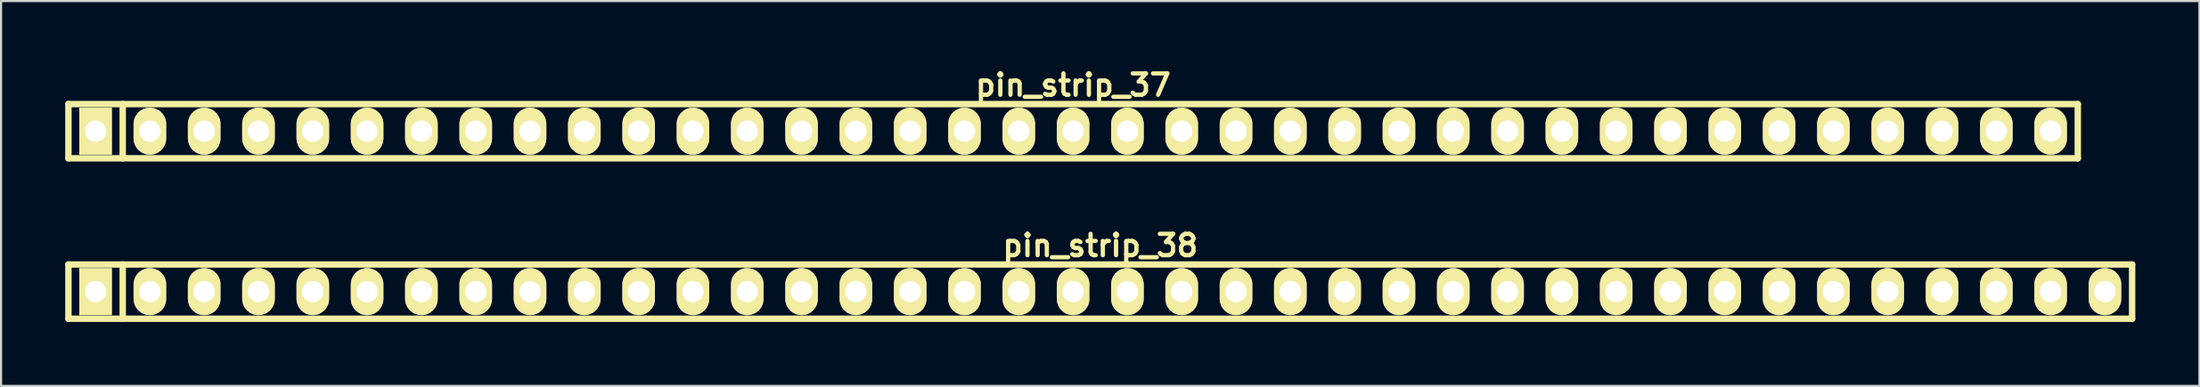
<source format=kicad_pcb>
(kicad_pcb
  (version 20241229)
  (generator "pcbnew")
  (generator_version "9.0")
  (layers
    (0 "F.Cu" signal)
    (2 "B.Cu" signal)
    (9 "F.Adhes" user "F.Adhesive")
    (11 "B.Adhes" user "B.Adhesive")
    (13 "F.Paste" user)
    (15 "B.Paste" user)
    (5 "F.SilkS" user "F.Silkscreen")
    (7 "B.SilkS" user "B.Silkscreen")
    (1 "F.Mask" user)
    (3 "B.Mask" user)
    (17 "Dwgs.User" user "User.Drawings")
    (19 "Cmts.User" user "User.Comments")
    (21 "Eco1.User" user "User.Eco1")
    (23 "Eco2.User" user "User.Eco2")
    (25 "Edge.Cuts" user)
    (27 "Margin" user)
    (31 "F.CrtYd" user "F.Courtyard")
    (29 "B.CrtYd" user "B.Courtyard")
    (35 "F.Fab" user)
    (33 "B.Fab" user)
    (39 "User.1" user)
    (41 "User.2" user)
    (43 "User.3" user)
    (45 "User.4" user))
  (footprint "pin_strip_38"
    (layer "F.Cu")
    (at 48.41 10.61)
    (property "Reference" "pin_strip_38" (at 0 -2.159 0) (layer "F.SilkS") (effects (font (size 1 1) (thickness 0.2))))
    (attr through_hole)
    (fp_line (start -48.26 -1.27) (end 48.26 -1.27) (stroke (width 0.3) (type solid)) (layer "F.SilkS"))
    (fp_line (start -48.26 1.27) (end -48.26 -1.27) (stroke (width 0.3) (type solid)) (layer "F.SilkS"))
    (fp_line (start -45.72 -1.27) (end -45.72 1.27) (stroke (width 0.3) (type solid)) (layer "F.SilkS"))
    (fp_line (start 48.26 -1.27) (end 48.26 1.27) (stroke (width 0.3) (type solid)) (layer "F.SilkS"))
    (fp_line (start 48.26 1.27) (end -48.26 1.27) (stroke (width 0.3) (type solid)) (layer "F.SilkS"))
    (pad "1" thru_hole rect (at -46.99 0) (size 1.524 2.2) (drill 1.001) (layers "*.Cu" "*.Mask" "F.SilkS"))
    (pad "2" thru_hole oval (at -44.45 0) (size 1.524 2.2) (drill 1.001) (layers "*.Cu" "*.Mask" "F.SilkS"))
    (pad "3" thru_hole oval (at -41.91 0) (size 1.524 2.2) (drill 1.001) (layers "*.Cu" "*.Mask" "F.SilkS"))
    (pad "4" thru_hole oval (at -39.37 0) (size 1.524 2.2) (drill 1.001) (layers "*.Cu" "*.Mask" "F.SilkS"))
    (pad "5" thru_hole oval (at -36.83 0) (size 1.524 2.2) (drill 1.001) (layers "*.Cu" "*.Mask" "F.SilkS"))
    (pad "6" thru_hole oval (at -34.29 0) (size 1.524 2.2) (drill 1.001) (layers "*.Cu" "*.Mask" "F.SilkS"))
    (pad "7" thru_hole oval (at -31.75 0) (size 1.524 2.2) (drill 1.001) (layers "*.Cu" "*.Mask" "F.SilkS"))
    (pad "8" thru_hole oval (at -29.21 0) (size 1.524 2.2) (drill 1.001) (layers "*.Cu" "*.Mask" "F.SilkS"))
    (pad "9" thru_hole oval (at -26.67 0) (size 1.524 2.2) (drill 1.001) (layers "*.Cu" "*.Mask" "F.SilkS"))
    (pad "10" thru_hole oval (at -24.13 0) (size 1.524 2.2) (drill 1.001) (layers "*.Cu" "*.Mask" "F.SilkS"))
    (pad "11" thru_hole oval (at -21.59 0) (size 1.524 2.2) (drill 1.001) (layers "*.Cu" "*.Mask" "F.SilkS"))
    (pad "12" thru_hole oval (at -19.05 0) (size 1.524 2.2) (drill 1.001) (layers "*.Cu" "*.Mask" "F.SilkS"))
    (pad "13" thru_hole oval (at -16.51 0) (size 1.524 2.2) (drill 1.001) (layers "*.Cu" "*.Mask" "F.SilkS"))
    (pad "14" thru_hole oval (at -13.97 0) (size 1.524 2.2) (drill 1.001) (layers "*.Cu" "*.Mask" "F.SilkS"))
    (pad "15" thru_hole oval (at -11.43 0) (size 1.524 2.2) (drill 1.001) (layers "*.Cu" "*.Mask" "F.SilkS"))
    (pad "16" thru_hole oval (at -8.89 0) (size 1.524 2.2) (drill 1.001) (layers "*.Cu" "*.Mask" "F.SilkS"))
    (pad "17" thru_hole oval (at -6.35 0) (size 1.524 2.2) (drill 1.001) (layers "*.Cu" "*.Mask" "F.SilkS"))
    (pad "18" thru_hole oval (at -3.81 0) (size 1.524 2.2) (drill 1.001) (layers "*.Cu" "*.Mask" "F.SilkS"))
    (pad "19" thru_hole oval (at -1.27 0) (size 1.524 2.2) (drill 1.001) (layers "*.Cu" "*.Mask" "F.SilkS"))
    (pad "20" thru_hole oval (at 1.27 0) (size 1.524 2.2) (drill 1.001) (layers "*.Cu" "*.Mask" "F.SilkS"))
    (pad "21" thru_hole oval (at 3.81 0) (size 1.524 2.2) (drill 1.001) (layers "*.Cu" "*.Mask" "F.SilkS"))
    (pad "22" thru_hole oval (at 6.35 0) (size 1.524 2.2) (drill 1.001) (layers "*.Cu" "*.Mask" "F.SilkS"))
    (pad "23" thru_hole oval (at 8.89 0) (size 1.524 2.2) (drill 1.001) (layers "*.Cu" "*.Mask" "F.SilkS"))
    (pad "24" thru_hole oval (at 11.43 0) (size 1.524 2.2) (drill 1.001) (layers "*.Cu" "*.Mask" "F.SilkS"))
    (pad "25" thru_hole oval (at 13.97 0) (size 1.524 2.2) (drill 1.001) (layers "*.Cu" "*.Mask" "F.SilkS"))
    (pad "26" thru_hole oval (at 16.51 0) (size 1.524 2.2) (drill 1.001) (layers "*.Cu" "*.Mask" "F.SilkS"))
    (pad "27" thru_hole oval (at 19.05 0) (size 1.524 2.2) (drill 1.001) (layers "*.Cu" "*.Mask" "F.SilkS"))
    (pad "28" thru_hole oval (at 21.59 0) (size 1.524 2.2) (drill 1.001) (layers "*.Cu" "*.Mask" "F.SilkS"))
    (pad "29" thru_hole oval (at 24.13 0) (size 1.524 2.2) (drill 1.001) (layers "*.Cu" "*.Mask" "F.SilkS"))
    (pad "30" thru_hole oval (at 26.67 0) (size 1.524 2.2) (drill 1.001) (layers "*.Cu" "*.Mask" "F.SilkS"))
    (pad "31" thru_hole oval (at 29.21 0) (size 1.524 2.2) (drill 1.001) (layers "*.Cu" "*.Mask" "F.SilkS"))
    (pad "32" thru_hole oval (at 31.75 0) (size 1.524 2.2) (drill 1.001) (layers "*.Cu" "*.Mask" "F.SilkS"))
    (pad "33" thru_hole oval (at 34.29 0) (size 1.524 2.2) (drill 1.001) (layers "*.Cu" "*.Mask" "F.SilkS"))
    (pad "34" thru_hole oval (at 36.83 0) (size 1.524 2.2) (drill 1.001) (layers "*.Cu" "*.Mask" "F.SilkS"))
    (pad "35" thru_hole oval (at 39.37 0) (size 1.524 2.2) (drill 1.001) (layers "*.Cu" "*.Mask" "F.SilkS"))
    (pad "36" thru_hole oval (at 41.91 0) (size 1.524 2.2) (drill 1.001) (layers "*.Cu" "*.Mask" "F.SilkS"))
    (pad "37" thru_hole oval (at 44.45 0) (size 1.524 2.2) (drill 1.001) (layers "*.Cu" "*.Mask" "F.SilkS"))
    (pad "38" thru_hole oval (at 46.99 0) (size 1.524 2.2) (drill 1.001) (layers "*.Cu" "*.Mask" "F.SilkS")))
  (footprint "pin_strip_37"
    (layer "F.Cu")
    (at 47.14 3.095)
    (property "Reference" "pin_strip_37" (at 0 -2.159 0) (layer "F.SilkS") (effects (font (size 1 1) (thickness 0.2))))
    (attr through_hole)
    (fp_line (start -46.99 -1.27) (end 46.99 -1.27) (stroke (width 0.3) (type solid)) (layer "F.SilkS"))
    (fp_line (start -46.99 1.27) (end -46.99 -1.27) (stroke (width 0.3) (type solid)) (layer "F.SilkS"))
    (fp_line (start -44.45 -1.27) (end -44.45 1.27) (stroke (width 0.3) (type solid)) (layer "F.SilkS"))
    (fp_line (start 46.99 -1.27) (end 46.99 1.27) (stroke (width 0.3) (type solid)) (layer "F.SilkS"))
    (fp_line (start 46.99 1.27) (end -46.99 1.27) (stroke (width 0.3) (type solid)) (layer "F.SilkS"))
    (pad "1" thru_hole rect (at -45.72 0) (size 1.524 2.2) (drill 1.001) (layers "*.Cu" "*.Mask" "F.SilkS"))
    (pad "2" thru_hole oval (at -43.18 0) (size 1.524 2.2) (drill 1.001) (layers "*.Cu" "*.Mask" "F.SilkS"))
    (pad "3" thru_hole oval (at -40.64 0) (size 1.524 2.2) (drill 1.001) (layers "*.Cu" "*.Mask" "F.SilkS"))
    (pad "4" thru_hole oval (at -38.1 0) (size 1.524 2.2) (drill 1.001) (layers "*.Cu" "*.Mask" "F.SilkS"))
    (pad "5" thru_hole oval (at -35.56 0) (size 1.524 2.2) (drill 1.001) (layers "*.Cu" "*.Mask" "F.SilkS"))
    (pad "6" thru_hole oval (at -33.02 0) (size 1.524 2.2) (drill 1.001) (layers "*.Cu" "*.Mask" "F.SilkS"))
    (pad "7" thru_hole oval (at -30.48 0) (size 1.524 2.2) (drill 1.001) (layers "*.Cu" "*.Mask" "F.SilkS"))
    (pad "8" thru_hole oval (at -27.94 0) (size 1.524 2.2) (drill 1.001) (layers "*.Cu" "*.Mask" "F.SilkS"))
    (pad "9" thru_hole oval (at -25.4 0) (size 1.524 2.2) (drill 1.001) (layers "*.Cu" "*.Mask" "F.SilkS"))
    (pad "10" thru_hole oval (at -22.86 0) (size 1.524 2.2) (drill 1.001) (layers "*.Cu" "*.Mask" "F.SilkS"))
    (pad "11" thru_hole oval (at -20.32 0) (size 1.524 2.2) (drill 1.001) (layers "*.Cu" "*.Mask" "F.SilkS"))
    (pad "12" thru_hole oval (at -17.78 0) (size 1.524 2.2) (drill 1.001) (layers "*.Cu" "*.Mask" "F.SilkS"))
    (pad "13" thru_hole oval (at -15.24 0) (size 1.524 2.2) (drill 1.001) (layers "*.Cu" "*.Mask" "F.SilkS"))
    (pad "14" thru_hole oval (at -12.7 0) (size 1.524 2.2) (drill 1.001) (layers "*.Cu" "*.Mask" "F.SilkS"))
    (pad "15" thru_hole oval (at -10.16 0) (size 1.524 2.2) (drill 1.001) (layers "*.Cu" "*.Mask" "F.SilkS"))
    (pad "16" thru_hole oval (at -7.62 0) (size 1.524 2.2) (drill 1.001) (layers "*.Cu" "*.Mask" "F.SilkS"))
    (pad "17" thru_hole oval (at -5.08 0) (size 1.524 2.2) (drill 1.001) (layers "*.Cu" "*.Mask" "F.SilkS"))
    (pad "18" thru_hole oval (at -2.54 0) (size 1.524 2.2) (drill 1.001) (layers "*.Cu" "*.Mask" "F.SilkS"))
    (pad "19" thru_hole oval (at 0 0) (size 1.524 2.2) (drill 1.001) (layers "*.Cu" "*.Mask" "F.SilkS"))
    (pad "20" thru_hole oval (at 2.54 0) (size 1.524 2.2) (drill 1.001) (layers "*.Cu" "*.Mask" "F.SilkS"))
    (pad "21" thru_hole oval (at 5.08 0) (size 1.524 2.2) (drill 1.001) (layers "*.Cu" "*.Mask" "F.SilkS"))
    (pad "22" thru_hole oval (at 7.62 0) (size 1.524 2.2) (drill 1.001) (layers "*.Cu" "*.Mask" "F.SilkS"))
    (pad "23" thru_hole oval (at 10.16 0) (size 1.524 2.2) (drill 1.001) (layers "*.Cu" "*.Mask" "F.SilkS"))
    (pad "24" thru_hole oval (at 12.7 0) (size 1.524 2.2) (drill 1.001) (layers "*.Cu" "*.Mask" "F.SilkS"))
    (pad "25" thru_hole oval (at 15.24 0) (size 1.524 2.2) (drill 1.001) (layers "*.Cu" "*.Mask" "F.SilkS"))
    (pad "26" thru_hole oval (at 17.78 0) (size 1.524 2.2) (drill 1.001) (layers "*.Cu" "*.Mask" "F.SilkS"))
    (pad "27" thru_hole oval (at 20.32 0) (size 1.524 2.2) (drill 1.001) (layers "*.Cu" "*.Mask" "F.SilkS"))
    (pad "28" thru_hole oval (at 22.86 0) (size 1.524 2.2) (drill 1.001) (layers "*.Cu" "*.Mask" "F.SilkS"))
    (pad "29" thru_hole oval (at 25.4 0) (size 1.524 2.2) (drill 1.001) (layers "*.Cu" "*.Mask" "F.SilkS"))
    (pad "30" thru_hole oval (at 27.94 0) (size 1.524 2.2) (drill 1.001) (layers "*.Cu" "*.Mask" "F.SilkS"))
    (pad "31" thru_hole oval (at 30.48 0) (size 1.524 2.2) (drill 1.001) (layers "*.Cu" "*.Mask" "F.SilkS"))
    (pad "32" thru_hole oval (at 33.02 0) (size 1.524 2.2) (drill 1.001) (layers "*.Cu" "*.Mask" "F.SilkS"))
    (pad "33" thru_hole oval (at 35.56 0) (size 1.524 2.2) (drill 1.001) (layers "*.Cu" "*.Mask" "F.SilkS"))
    (pad "34" thru_hole oval (at 38.1 0) (size 1.524 2.2) (drill 1.001) (layers "*.Cu" "*.Mask" "F.SilkS"))
    (pad "35" thru_hole oval (at 40.64 0) (size 1.524 2.2) (drill 1.001) (layers "*.Cu" "*.Mask" "F.SilkS"))
    (pad "36" thru_hole oval (at 43.18 0) (size 1.524 2.2) (drill 1.001) (layers "*.Cu" "*.Mask" "F.SilkS"))
    (pad "37" thru_hole oval (at 45.72 0) (size 1.524 2.2) (drill 1.001) (layers "*.Cu" "*.Mask" "F.SilkS")))
  (gr_rect
    (start -3 -3)
    (end 99.82 15.03)
    (stroke (width 0.1) (type default))
    (fill no)
    (layer "Edge.Cuts")))
</source>
